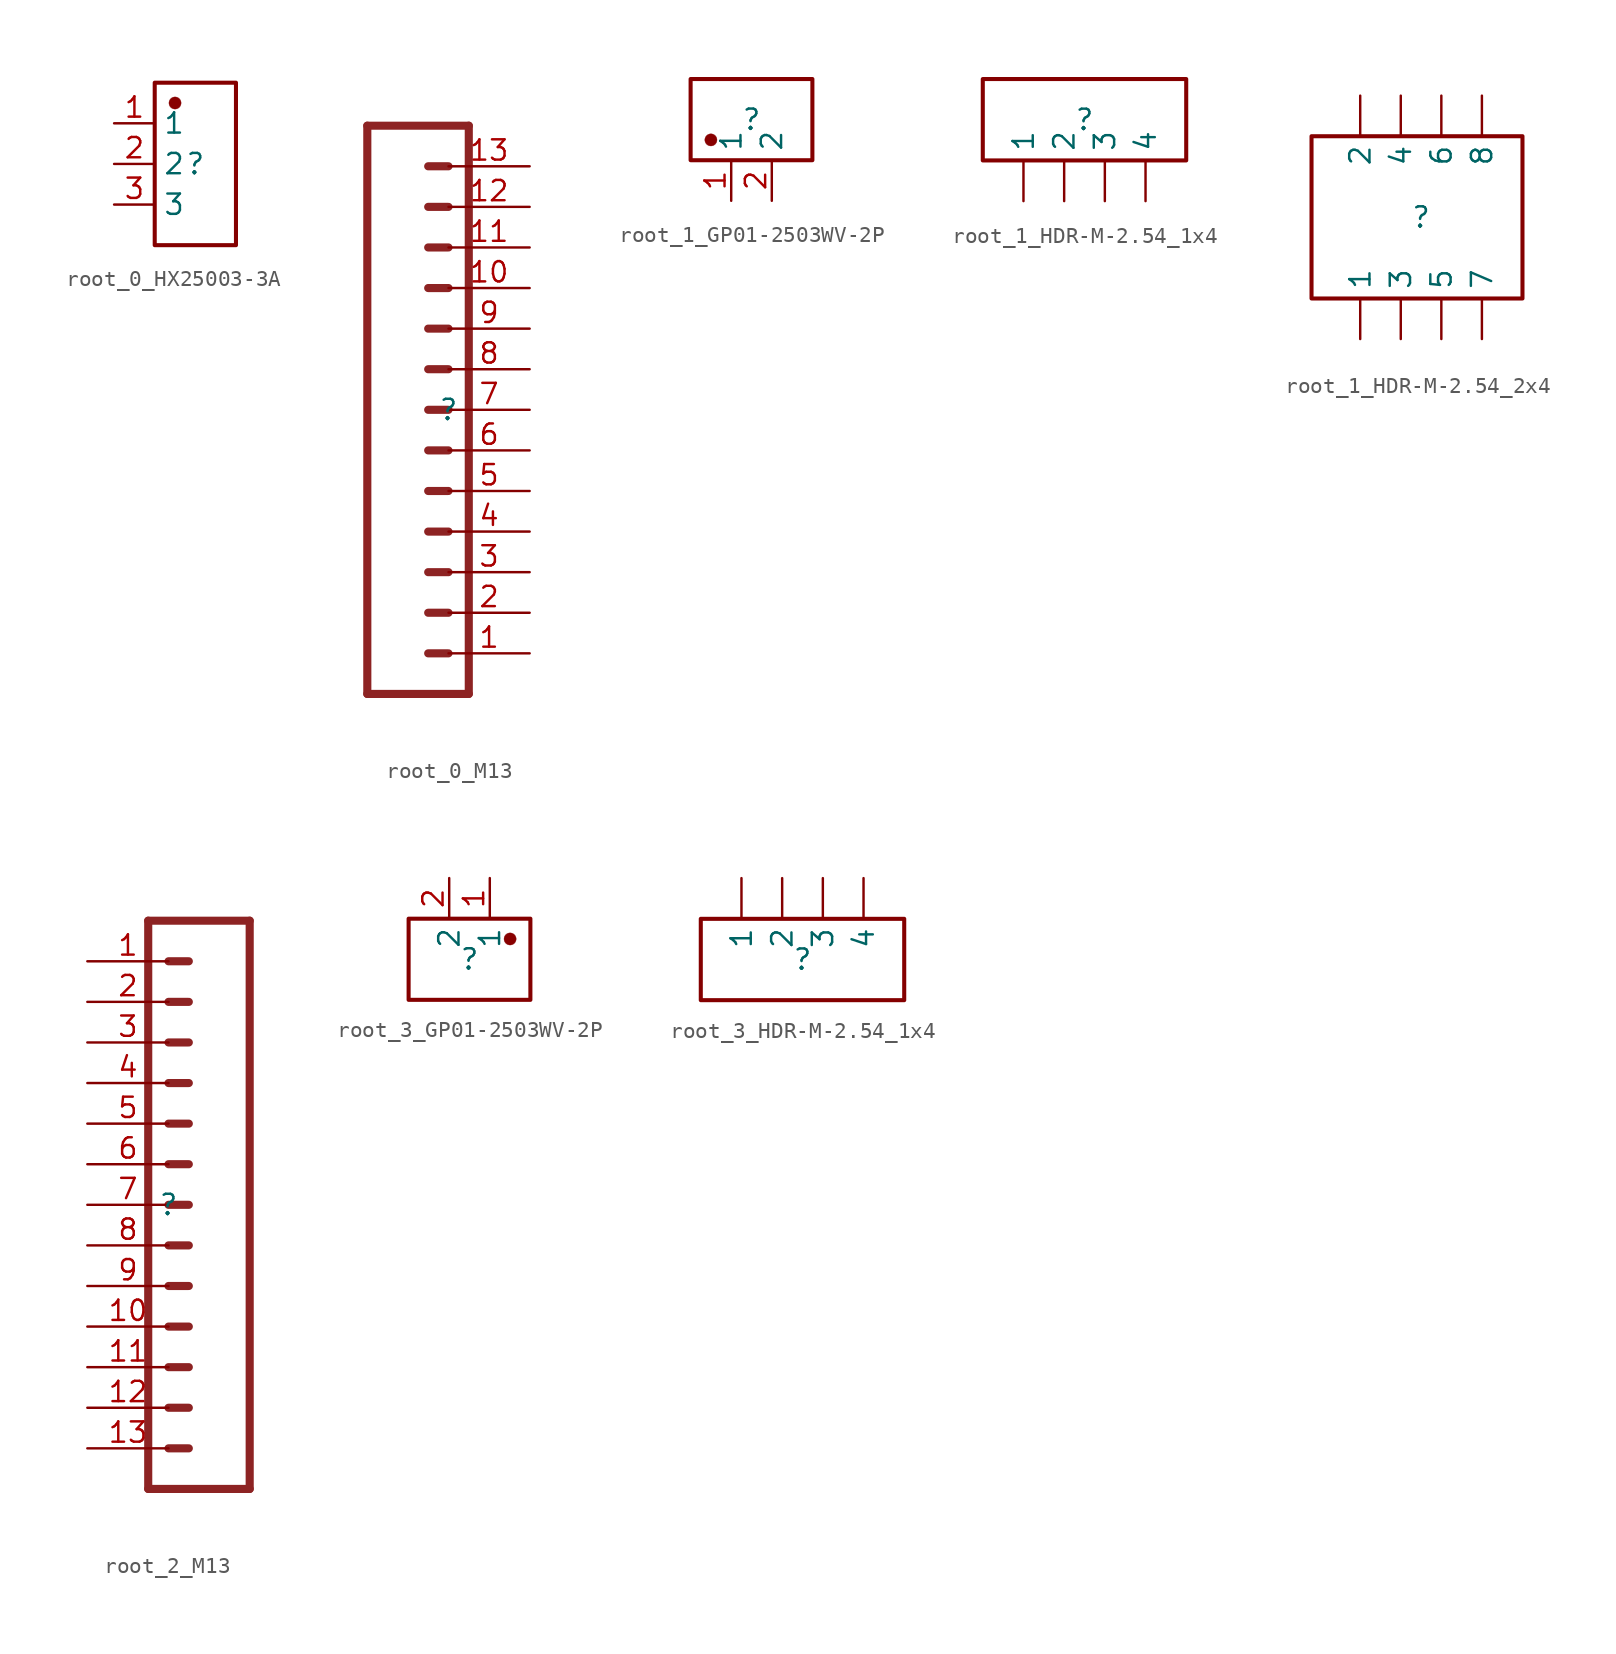
<source format=kicad_sym>
(kicad_symbol_lib
  (version 20220914)
  (generator kicad_symbol_editor)
  (symbol "root_0_HX25003-3A"
    (property "Reference" ""
      (at 0 0 0)
      (effects (font (size 1.27 1.27))))
    (property "Value" ""
      (at 0 0 0)
      (effects (font (size 1.27 1.27))))
    (symbol "root_0_HX25003-3A_1_0"
      (circle (center -1.27 3.81) (radius 0.381) (stroke (width 0.0001) (type solid)) (fill (type color) (color 136 0 0 1)))
      (rectangle (start 2.54 5.08) (end -2.54 -5.08) (stroke (width 0.254) (type solid)) (fill (type none)))
      (pin passive line (at -5.08 2.54 0) (length 2.54) (name "1" (effects (font (size 1.27 1.27)))) (number "1" (effects (font (size 1.27 1.27)))))
      (pin passive line (at -5.08 0 0) (length 2.54) (name "2" (effects (font (size 1.27 1.27)))) (number "2" (effects (font (size 1.27 1.27)))))
      (pin passive line (at -5.08 -2.54 0) (length 2.54) (name "3" (effects (font (size 1.27 1.27)))) (number "3" (effects (font (size 1.27 1.27)))))))
  (symbol "root_0_M13"
    (property "Reference" ""
      (at 0 0 0)
      (effects (font (size 1.27 1.27))))
    (property "Value" ""
      (at 0 0 0)
      (effects (font (size 1.27 1.27))))
    (symbol "root_0_M13_1_0"
      (polyline (pts (xy -5.08 17.78) (xy -5.08 -17.78)) (stroke (width 0.508) (type solid) (color 141 35 35 1)) (fill (type none)))
      (polyline (pts (xy -5.08 17.78) (xy 1.27 17.78)) (stroke (width 0.508) (type solid) (color 141 35 35 1)) (fill (type none)))
      (polyline (pts (xy -1.27 -15.24) (xy 0 -15.24)) (stroke (width 0.508) (type solid) (color 141 35 35 1)) (fill (type none)))
      (polyline (pts (xy -1.27 -12.7) (xy 0 -12.7)) (stroke (width 0.508) (type solid) (color 141 35 35 1)) (fill (type none)))
      (polyline (pts (xy -1.27 -10.16) (xy 0 -10.16)) (stroke (width 0.508) (type solid) (color 141 35 35 1)) (fill (type none)))
      (polyline (pts (xy -1.27 -7.62) (xy 0 -7.62)) (stroke (width 0.508) (type solid) (color 141 35 35 1)) (fill (type none)))
      (polyline (pts (xy -1.27 -5.08) (xy 0 -5.08)) (stroke (width 0.508) (type solid) (color 141 35 35 1)) (fill (type none)))
      (polyline (pts (xy -1.27 -2.54) (xy 0 -2.54)) (stroke (width 0.508) (type solid) (color 141 35 35 1)) (fill (type none)))
      (polyline (pts (xy -1.27 0) (xy 0 0)) (stroke (width 0.508) (type solid) (color 141 35 35 1)) (fill (type none)))
      (polyline (pts (xy -1.27 2.54) (xy 0 2.54)) (stroke (width 0.508) (type solid) (color 141 35 35 1)) (fill (type none)))
      (polyline (pts (xy -1.27 5.08) (xy 0 5.08)) (stroke (width 0.508) (type solid) (color 141 35 35 1)) (fill (type none)))
      (polyline (pts (xy -1.27 7.62) (xy 0 7.62)) (stroke (width 0.508) (type solid) (color 141 35 35 1)) (fill (type none)))
      (polyline (pts (xy -1.27 10.16) (xy 0 10.16)) (stroke (width 0.508) (type solid) (color 141 35 35 1)) (fill (type none)))
      (polyline (pts (xy -1.27 12.7) (xy 0 12.7)) (stroke (width 0.508) (type solid) (color 141 35 35 1)) (fill (type none)))
      (polyline (pts (xy -1.27 15.24) (xy 0 15.24)) (stroke (width 0.508) (type solid) (color 141 35 35 1)) (fill (type none)))
      (polyline (pts (xy 1.27 -17.78) (xy -5.08 -17.78)) (stroke (width 0.508) (type solid) (color 141 35 35 1)) (fill (type none)))
      (polyline (pts (xy 1.27 -17.78) (xy 1.27 17.78)) (stroke (width 0.508) (type solid) (color 141 35 35 1)) (fill (type none)))
      (pin passive line (at 5.08 -15.24 180) (length 5.08) (name "1" (effects (font (size 0 0)))) (number "1" (effects (font (size 1.27 1.27)))))
      (pin passive line (at 5.08 7.62 180) (length 5.08) (name "10" (effects (font (size 0 0)))) (number "10" (effects (font (size 1.27 1.27)))))
      (pin passive line (at 5.08 10.16 180) (length 5.08) (name "11" (effects (font (size 0 0)))) (number "11" (effects (font (size 1.27 1.27)))))
      (pin passive line (at 5.08 12.7 180) (length 5.08) (name "12" (effects (font (size 0 0)))) (number "12" (effects (font (size 1.27 1.27)))))
      (pin passive line (at 5.08 15.24 180) (length 5.08) (name "13" (effects (font (size 0 0)))) (number "13" (effects (font (size 1.27 1.27)))))
      (pin passive line (at 5.08 -12.7 180) (length 5.08) (name "2" (effects (font (size 0 0)))) (number "2" (effects (font (size 1.27 1.27)))))
      (pin passive line (at 5.08 -10.16 180) (length 5.08) (name "3" (effects (font (size 0 0)))) (number "3" (effects (font (size 1.27 1.27)))))
      (pin passive line (at 5.08 -7.62 180) (length 5.08) (name "4" (effects (font (size 0 0)))) (number "4" (effects (font (size 1.27 1.27)))))
      (pin passive line (at 5.08 -5.08 180) (length 5.08) (name "5" (effects (font (size 0 0)))) (number "5" (effects (font (size 1.27 1.27)))))
      (pin passive line (at 5.08 -2.54 180) (length 5.08) (name "6" (effects (font (size 0 0)))) (number "6" (effects (font (size 1.27 1.27)))))
      (pin passive line (at 5.08 0 180) (length 5.08) (name "7" (effects (font (size 0 0)))) (number "7" (effects (font (size 1.27 1.27)))))
      (pin passive line (at 5.08 2.54 180) (length 5.08) (name "8" (effects (font (size 0 0)))) (number "8" (effects (font (size 1.27 1.27)))))
      (pin passive line (at 5.08 5.08 180) (length 5.08) (name "9" (effects (font (size 0 0)))) (number "9" (effects (font (size 1.27 1.27)))))))
  (symbol "root_1_GP01-2503WV-2P"
    (property "Reference" ""
      (at 0 0 0)
      (effects (font (size 1.27 1.27))))
    (property "Value" ""
      (at 0 0 0)
      (effects (font (size 1.27 1.27))))
    (symbol "root_1_GP01-2503WV-2P_1_0"
      (circle (center -2.54 -1.27) (radius 0.381) (stroke (width 0.0001) (type solid)) (fill (type color) (color 136 0 0 1)))
      (rectangle (start 3.81 2.54) (end -3.81 -2.54) (stroke (width 0.254) (type solid)) (fill (type none)))
      (pin passive line (at -1.27 -5.08 90) (length 2.54) (name "1" (effects (font (size 1.27 1.27)))) (number "1" (effects (font (size 1.27 1.27)))))
      (pin passive line (at 1.27 -5.08 90) (length 2.54) (name "2" (effects (font (size 1.27 1.27)))) (number "2" (effects (font (size 1.27 1.27)))))))
  (symbol "root_1_HDR-M-2.54_1x4"
    (property "Reference" ""
      (at 0 0 0)
      (effects (font (size 1.27 1.27))))
    (property "Value" ""
      (at 0 0 0)
      (effects (font (size 1.27 1.27))))
    (symbol "root_1_HDR-M-2.54_1x4_1_0"
      (rectangle (start 6.35 2.54) (end -6.35 -2.54) (stroke (width 0.254) (type solid)) (fill (type none)))
      (pin passive line (at -3.81 -5.08 90) (length 2.54) (name "1" (effects (font (size 1.27 1.27)))) (number "1" (effects (font (size 0 0)))))
      (pin passive line (at -1.27 -5.08 90) (length 2.54) (name "2" (effects (font (size 1.27 1.27)))) (number "2" (effects (font (size 0 0)))))
      (pin passive line (at 1.27 -5.08 90) (length 2.54) (name "3" (effects (font (size 1.27 1.27)))) (number "3" (effects (font (size 0 0)))))
      (pin passive line (at 3.81 -5.08 90) (length 2.54) (name "4" (effects (font (size 1.27 1.27)))) (number "4" (effects (font (size 0 0)))))))
  (symbol "root_1_HDR-M-2.54_2x4"
    (property "Reference" ""
      (at 0 0 0)
      (effects (font (size 1.27 1.27))))
    (property "Value" ""
      (at 0 0 0)
      (effects (font (size 1.27 1.27))))
    (symbol "root_1_HDR-M-2.54_2x4_1_0"
      (rectangle (start 6.35 5.08) (end -6.858 -5.08) (stroke (width 0.254) (type solid)) (fill (type none)))
      (pin passive line (at -3.81 -7.62 90) (length 2.54) (name "1" (effects (font (size 1.27 1.27)))) (number "1" (effects (font (size 0 0)))))
      (pin passive line (at -3.81 7.62 270) (length 2.54) (name "2" (effects (font (size 1.27 1.27)))) (number "2" (effects (font (size 0 0)))))
      (pin passive line (at -1.27 -7.62 90) (length 2.54) (name "3" (effects (font (size 1.27 1.27)))) (number "3" (effects (font (size 0 0)))))
      (pin passive line (at -1.27 7.62 270) (length 2.54) (name "4" (effects (font (size 1.27 1.27)))) (number "4" (effects (font (size 0 0)))))
      (pin passive line (at 1.27 -7.62 90) (length 2.54) (name "5" (effects (font (size 1.27 1.27)))) (number "5" (effects (font (size 0 0)))))
      (pin passive line (at 1.27 7.62 270) (length 2.54) (name "6" (effects (font (size 1.27 1.27)))) (number "6" (effects (font (size 0 0)))))
      (pin passive line (at 3.81 -7.62 90) (length 2.54) (name "7" (effects (font (size 1.27 1.27)))) (number "7" (effects (font (size 0 0)))))
      (pin passive line (at 3.81 7.62 270) (length 2.54) (name "8" (effects (font (size 1.27 1.27)))) (number "8" (effects (font (size 0 0)))))))
  (symbol "root_2_M13"
    (property "Reference" ""
      (at 0 0 0)
      (effects (font (size 1.27 1.27))))
    (property "Value" ""
      (at 0 0 0)
      (effects (font (size 1.27 1.27))))
    (symbol "root_2_M13_1_0"
      (polyline (pts (xy -1.27 17.78) (xy -1.27 -17.78)) (stroke (width 0.508) (type solid) (color 141 35 35 1)) (fill (type none)))
      (polyline (pts (xy -1.27 17.78) (xy 5.08 17.78)) (stroke (width 0.508) (type solid) (color 141 35 35 1)) (fill (type none)))
      (polyline (pts (xy 1.27 -15.24) (xy 0 -15.24)) (stroke (width 0.508) (type solid) (color 141 35 35 1)) (fill (type none)))
      (polyline (pts (xy 1.27 -12.7) (xy 0 -12.7)) (stroke (width 0.508) (type solid) (color 141 35 35 1)) (fill (type none)))
      (polyline (pts (xy 1.27 -10.16) (xy 0 -10.16)) (stroke (width 0.508) (type solid) (color 141 35 35 1)) (fill (type none)))
      (polyline (pts (xy 1.27 -7.62) (xy 0 -7.62)) (stroke (width 0.508) (type solid) (color 141 35 35 1)) (fill (type none)))
      (polyline (pts (xy 1.27 -5.08) (xy 0 -5.08)) (stroke (width 0.508) (type solid) (color 141 35 35 1)) (fill (type none)))
      (polyline (pts (xy 1.27 -2.54) (xy 0 -2.54)) (stroke (width 0.508) (type solid) (color 141 35 35 1)) (fill (type none)))
      (polyline (pts (xy 1.27 0) (xy 0 0)) (stroke (width 0.508) (type solid) (color 141 35 35 1)) (fill (type none)))
      (polyline (pts (xy 1.27 2.54) (xy 0 2.54)) (stroke (width 0.508) (type solid) (color 141 35 35 1)) (fill (type none)))
      (polyline (pts (xy 1.27 5.08) (xy 0 5.08)) (stroke (width 0.508) (type solid) (color 141 35 35 1)) (fill (type none)))
      (polyline (pts (xy 1.27 7.62) (xy 0 7.62)) (stroke (width 0.508) (type solid) (color 141 35 35 1)) (fill (type none)))
      (polyline (pts (xy 1.27 10.16) (xy 0 10.16)) (stroke (width 0.508) (type solid) (color 141 35 35 1)) (fill (type none)))
      (polyline (pts (xy 1.27 12.7) (xy 0 12.7)) (stroke (width 0.508) (type solid) (color 141 35 35 1)) (fill (type none)))
      (polyline (pts (xy 1.27 15.24) (xy 0 15.24)) (stroke (width 0.508) (type solid) (color 141 35 35 1)) (fill (type none)))
      (polyline (pts (xy 5.08 -17.78) (xy -1.27 -17.78)) (stroke (width 0.508) (type solid) (color 141 35 35 1)) (fill (type none)))
      (polyline (pts (xy 5.08 -17.78) (xy 5.08 17.78)) (stroke (width 0.508) (type solid) (color 141 35 35 1)) (fill (type none)))
      (pin passive line (at -5.08 15.24 0) (length 5.08) (name "1" (effects (font (size 0 0)))) (number "1" (effects (font (size 1.27 1.27)))))
      (pin passive line (at -5.08 -7.62 0) (length 5.08) (name "10" (effects (font (size 0 0)))) (number "10" (effects (font (size 1.27 1.27)))))
      (pin passive line (at -5.08 -10.16 0) (length 5.08) (name "11" (effects (font (size 0 0)))) (number "11" (effects (font (size 1.27 1.27)))))
      (pin passive line (at -5.08 -12.7 0) (length 5.08) (name "12" (effects (font (size 0 0)))) (number "12" (effects (font (size 1.27 1.27)))))
      (pin passive line (at -5.08 -15.24 0) (length 5.08) (name "13" (effects (font (size 0 0)))) (number "13" (effects (font (size 1.27 1.27)))))
      (pin passive line (at -5.08 12.7 0) (length 5.08) (name "2" (effects (font (size 0 0)))) (number "2" (effects (font (size 1.27 1.27)))))
      (pin passive line (at -5.08 10.16 0) (length 5.08) (name "3" (effects (font (size 0 0)))) (number "3" (effects (font (size 1.27 1.27)))))
      (pin passive line (at -5.08 7.62 0) (length 5.08) (name "4" (effects (font (size 0 0)))) (number "4" (effects (font (size 1.27 1.27)))))
      (pin passive line (at -5.08 5.08 0) (length 5.08) (name "5" (effects (font (size 0 0)))) (number "5" (effects (font (size 1.27 1.27)))))
      (pin passive line (at -5.08 2.54 0) (length 5.08) (name "6" (effects (font (size 0 0)))) (number "6" (effects (font (size 1.27 1.27)))))
      (pin passive line (at -5.08 0 0) (length 5.08) (name "7" (effects (font (size 0 0)))) (number "7" (effects (font (size 1.27 1.27)))))
      (pin passive line (at -5.08 -2.54 0) (length 5.08) (name "8" (effects (font (size 0 0)))) (number "8" (effects (font (size 1.27 1.27)))))
      (pin passive line (at -5.08 -5.08 0) (length 5.08) (name "9" (effects (font (size 0 0)))) (number "9" (effects (font (size 1.27 1.27)))))))
  (symbol "root_3_GP01-2503WV-2P"
    (property "Reference" ""
      (at 0 0 0)
      (effects (font (size 1.27 1.27))))
    (property "Value" ""
      (at 0 0 0)
      (effects (font (size 1.27 1.27))))
    (symbol "root_3_GP01-2503WV-2P_1_0"
      (circle (center 2.54 1.27) (radius 0.381) (stroke (width 0.0001) (type solid)) (fill (type color) (color 136 0 0 1)))
      (rectangle (start 3.81 2.54) (end -3.81 -2.54) (stroke (width 0.254) (type solid)) (fill (type none)))
      (pin passive line (at 1.27 5.08 270) (length 2.54) (name "1" (effects (font (size 1.27 1.27)))) (number "1" (effects (font (size 1.27 1.27)))))
      (pin passive line (at -1.27 5.08 270) (length 2.54) (name "2" (effects (font (size 1.27 1.27)))) (number "2" (effects (font (size 1.27 1.27)))))))
  (symbol "root_3_HDR-M-2.54_1x4"
    (property "Reference" ""
      (at 0 0 0)
      (effects (font (size 1.27 1.27))))
    (property "Value" ""
      (at 0 0 0)
      (effects (font (size 1.27 1.27))))
    (symbol "root_3_HDR-M-2.54_1x4_1_0"
      (rectangle (start 6.35 2.54) (end -6.35 -2.54) (stroke (width 0.254) (type solid)) (fill (type none)))
      (pin passive line (at 3.81 5.08 270) (length 2.54) (name "4" (effects (font (size 1.27 1.27)))) (number "1" (effects (font (size 0 0)))))
      (pin passive line (at 1.27 5.08 270) (length 2.54) (name "3" (effects (font (size 1.27 1.27)))) (number "2" (effects (font (size 0 0)))))
      (pin passive line (at -1.27 5.08 270) (length 2.54) (name "2" (effects (font (size 1.27 1.27)))) (number "3" (effects (font (size 0 0)))))
      (pin passive line (at -3.81 5.08 270) (length 2.54) (name "1" (effects (font (size 1.27 1.27)))) (number "4" (effects (font (size 0 0))))))))
</source>
